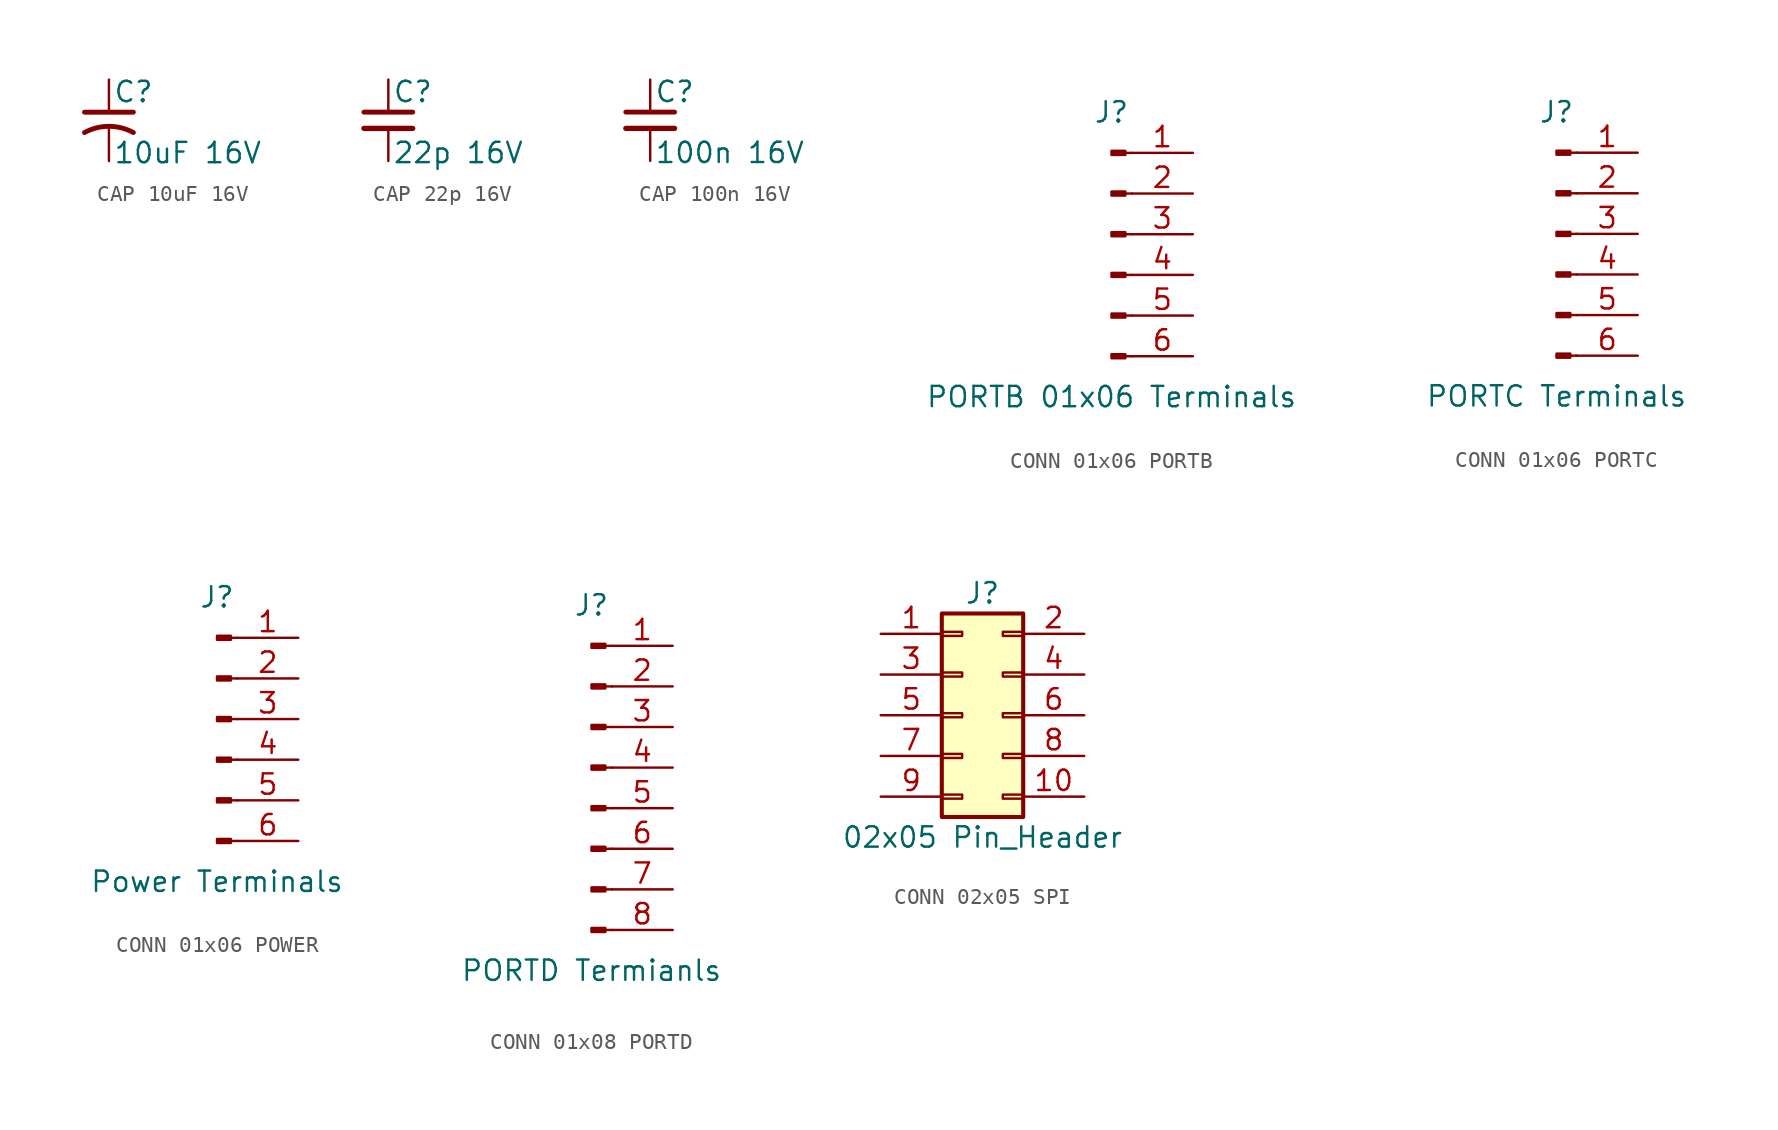
<source format=kicad_sym>
(kicad_symbol_lib
  (version 20241209)
  (generator "kicad_symbol_editor")
  (generator_version "9.0")
  (symbol "CAP 10uF 16V"
    (pin_numbers
      (hide yes))
    (pin_names
      (offset 0.254)
      (hide yes))
    (property "Reference" "C"
      (at 0.254 1.778 0)
      (effects (font (size 1.27 1.27)) (justify left)))
    (property "Value" "10uF 16V"
      (at 0.254 -2.032 0)
      (effects (font (size 1.27 1.27)) (justify left)))
    (symbol "CAP 10uF 16V_0_1"
      (polyline (pts (xy -1.524 0.508) (xy 1.524 0.508)) (stroke (width 0.305) (type default)) (fill (type none)))
      (arc (start -1.524 -0.762) (mid 0 -0.3734) (end 1.524 -0.762) (stroke (width 0.3048) (type default)) (fill (type none))))
    (symbol "CAP 10uF 16V_1_1"
      (pin passive line (at 0 2.54 270) (length 2.032) (name "~" (effects (font (size 1.27 1.27)))) (number "1" (effects (font (size 1.27 1.27)))))
      (pin passive line (at 0 -2.54 90) (length 2.032) (name "~" (effects (font (size 1.27 1.27)))) (number "2" (effects (font (size 1.27 1.27)))))))
  (symbol "CAP 22p 16V"
    (pin_numbers
      (hide yes))
    (pin_names
      (offset 0.254)
      (hide yes))
    (property "Reference" "C"
      (at 0.254 1.778 0)
      (effects (font (size 1.27 1.27)) (justify left)))
    (property "Value" "22p 16V"
      (at 0.254 -2.032 0)
      (effects (font (size 1.27 1.27)) (justify left)))
    (symbol "CAP 22p 16V_0_1"
      (polyline (pts (xy -1.524 0.508) (xy 1.524 0.508)) (stroke (width 0.305) (type default)) (fill (type none)))
      (polyline (pts (xy -1.524 -0.508) (xy 1.524 -0.508)) (stroke (width 0.33) (type default)) (fill (type none))))
    (symbol "CAP 22p 16V_1_1"
      (pin passive line (at 0 2.54 270) (length 2.032) (name "~" (effects (font (size 1.27 1.27)))) (number "1" (effects (font (size 1.27 1.27)))))
      (pin passive line (at 0 -2.54 90) (length 2.032) (name "~" (effects (font (size 1.27 1.27)))) (number "2" (effects (font (size 1.27 1.27)))))))
  (symbol "CAP 100n 16V"
    (pin_numbers
      (hide yes))
    (pin_names
      (offset 0.254)
      (hide yes))
    (property "Reference" "C"
      (at 0.254 1.778 0)
      (effects (font (size 1.27 1.27)) (justify left)))
    (property "Value" "100n 16V"
      (at 0.254 -2.032 0)
      (effects (font (size 1.27 1.27)) (justify left)))
    (symbol "CAP 100n 16V_0_1"
      (polyline (pts (xy -1.524 0.508) (xy 1.524 0.508)) (stroke (width 0.305) (type default)) (fill (type none)))
      (polyline (pts (xy -1.524 -0.508) (xy 1.524 -0.508)) (stroke (width 0.33) (type default)) (fill (type none))))
    (symbol "CAP 100n 16V_1_1"
      (pin passive line (at 0 2.54 270) (length 2.032) (name "~" (effects (font (size 1.27 1.27)))) (number "1" (effects (font (size 1.27 1.27)))))
      (pin passive line (at 0 -2.54 90) (length 2.032) (name "~" (effects (font (size 1.27 1.27)))) (number "2" (effects (font (size 1.27 1.27)))))))
  (symbol "CONN 01x06 PORTB"
    (pin_names
      (offset 1.016)
      (hide yes))
    (property "Reference" "J"
      (at 0 7.62 0)
      (effects (font (size 1.27 1.27))))
    (property "Value" "PORTB 01x06 Terminals"
      (at 0 -10.16 0)
      (effects (font (size 1.27 1.27))))
    (symbol "CONN 01x06 PORTB_1_1"
      (rectangle (start 0.864 5.207) (end 0 4.953) (stroke (width 0.152) (type default)) (fill (type outline)))
      (rectangle (start 0.864 2.667) (end 0 2.413) (stroke (width 0.152) (type default)) (fill (type outline)))
      (rectangle (start 0.864 0.127) (end 0 -0.127) (stroke (width 0.152) (type default)) (fill (type outline)))
      (rectangle (start 0.864 -2.413) (end 0 -2.667) (stroke (width 0.152) (type default)) (fill (type outline)))
      (rectangle (start 0.864 -4.953) (end 0 -5.207) (stroke (width 0.152) (type default)) (fill (type outline)))
      (rectangle (start 0.864 -7.493) (end 0 -7.747) (stroke (width 0.152) (type default)) (fill (type outline)))
      (polyline (pts (xy 1.27 5.08) (xy 0.864 5.08)) (stroke (width 0.152) (type default)) (fill (type none)))
      (polyline (pts (xy 1.27 2.54) (xy 0.864 2.54)) (stroke (width 0.152) (type default)) (fill (type none)))
      (polyline (pts (xy 1.27 0) (xy 0.864 0)) (stroke (width 0.152) (type default)) (fill (type none)))
      (polyline (pts (xy 1.27 -2.54) (xy 0.864 -2.54)) (stroke (width 0.152) (type default)) (fill (type none)))
      (polyline (pts (xy 1.27 -5.08) (xy 0.864 -5.08)) (stroke (width 0.152) (type default)) (fill (type none)))
      (polyline (pts (xy 1.27 -7.62) (xy 0.864 -7.62)) (stroke (width 0.152) (type default)) (fill (type none)))
      (pin passive line (at 5.08 5.08 180) (length 3.81) (name "Pin_1" (effects (font (size 1.27 1.27)))) (number "1" (effects (font (size 1.27 1.27)))))
      (pin passive line (at 5.08 2.54 180) (length 3.81) (name "Pin_2" (effects (font (size 1.27 1.27)))) (number "2" (effects (font (size 1.27 1.27)))))
      (pin passive line (at 5.08 0 180) (length 3.81) (name "Pin_3" (effects (font (size 1.27 1.27)))) (number "3" (effects (font (size 1.27 1.27)))))
      (pin passive line (at 5.08 -2.54 180) (length 3.81) (name "Pin_4" (effects (font (size 1.27 1.27)))) (number "4" (effects (font (size 1.27 1.27)))))
      (pin passive line (at 5.08 -5.08 180) (length 3.81) (name "Pin_5" (effects (font (size 1.27 1.27)))) (number "5" (effects (font (size 1.27 1.27)))))
      (pin passive line (at 5.08 -7.62 180) (length 3.81) (name "Pin_6" (effects (font (size 1.27 1.27)))) (number "6" (effects (font (size 1.27 1.27)))))))
  (symbol "CONN 01x06 PORTC"
    (pin_names
      (offset 1.016)
      (hide yes))
    (property "Reference" "J"
      (at 0 7.62 0)
      (effects (font (size 1.27 1.27))))
    (property "Value" "PORTC Terminals"
      (at 0 -10.16 0)
      (effects (font (size 1.27 1.27))))
    (symbol "CONN 01x06 PORTC_1_1"
      (rectangle (start 0.864 5.207) (end 0 4.953) (stroke (width 0.152) (type default)) (fill (type outline)))
      (rectangle (start 0.864 2.667) (end 0 2.413) (stroke (width 0.152) (type default)) (fill (type outline)))
      (rectangle (start 0.864 0.127) (end 0 -0.127) (stroke (width 0.152) (type default)) (fill (type outline)))
      (rectangle (start 0.864 -2.413) (end 0 -2.667) (stroke (width 0.152) (type default)) (fill (type outline)))
      (rectangle (start 0.864 -4.953) (end 0 -5.207) (stroke (width 0.152) (type default)) (fill (type outline)))
      (rectangle (start 0.864 -7.493) (end 0 -7.747) (stroke (width 0.152) (type default)) (fill (type outline)))
      (polyline (pts (xy 1.27 5.08) (xy 0.864 5.08)) (stroke (width 0.152) (type default)) (fill (type none)))
      (polyline (pts (xy 1.27 2.54) (xy 0.864 2.54)) (stroke (width 0.152) (type default)) (fill (type none)))
      (polyline (pts (xy 1.27 0) (xy 0.864 0)) (stroke (width 0.152) (type default)) (fill (type none)))
      (polyline (pts (xy 1.27 -2.54) (xy 0.864 -2.54)) (stroke (width 0.152) (type default)) (fill (type none)))
      (polyline (pts (xy 1.27 -5.08) (xy 0.864 -5.08)) (stroke (width 0.152) (type default)) (fill (type none)))
      (polyline (pts (xy 1.27 -7.62) (xy 0.864 -7.62)) (stroke (width 0.152) (type default)) (fill (type none)))
      (pin passive line (at 5.08 5.08 180) (length 3.81) (name "Pin_1" (effects (font (size 1.27 1.27)))) (number "1" (effects (font (size 1.27 1.27)))))
      (pin passive line (at 5.08 2.54 180) (length 3.81) (name "Pin_2" (effects (font (size 1.27 1.27)))) (number "2" (effects (font (size 1.27 1.27)))))
      (pin passive line (at 5.08 0 180) (length 3.81) (name "Pin_3" (effects (font (size 1.27 1.27)))) (number "3" (effects (font (size 1.27 1.27)))))
      (pin passive line (at 5.08 -2.54 180) (length 3.81) (name "Pin_4" (effects (font (size 1.27 1.27)))) (number "4" (effects (font (size 1.27 1.27)))))
      (pin passive line (at 5.08 -5.08 180) (length 3.81) (name "Pin_5" (effects (font (size 1.27 1.27)))) (number "5" (effects (font (size 1.27 1.27)))))
      (pin passive line (at 5.08 -7.62 180) (length 3.81) (name "Pin_6" (effects (font (size 1.27 1.27)))) (number "6" (effects (font (size 1.27 1.27)))))))
  (symbol "CONN 01x06 POWER"
    (pin_names
      (offset 1.016)
      (hide yes))
    (property "Reference" "J"
      (at 0 7.62 0)
      (effects (font (size 1.27 1.27))))
    (property "Value" "Power Terminals"
      (at 0 -10.16 0)
      (effects (font (size 1.27 1.27))))
    (symbol "CONN 01x06 POWER_1_1"
      (rectangle (start 0.864 5.207) (end 0 4.953) (stroke (width 0.152) (type default)) (fill (type outline)))
      (rectangle (start 0.864 2.667) (end 0 2.413) (stroke (width 0.152) (type default)) (fill (type outline)))
      (rectangle (start 0.864 0.127) (end 0 -0.127) (stroke (width 0.152) (type default)) (fill (type outline)))
      (rectangle (start 0.864 -2.413) (end 0 -2.667) (stroke (width 0.152) (type default)) (fill (type outline)))
      (rectangle (start 0.864 -4.953) (end 0 -5.207) (stroke (width 0.152) (type default)) (fill (type outline)))
      (rectangle (start 0.864 -7.493) (end 0 -7.747) (stroke (width 0.152) (type default)) (fill (type outline)))
      (polyline (pts (xy 1.27 5.08) (xy 0.864 5.08)) (stroke (width 0.152) (type default)) (fill (type none)))
      (polyline (pts (xy 1.27 2.54) (xy 0.864 2.54)) (stroke (width 0.152) (type default)) (fill (type none)))
      (polyline (pts (xy 1.27 0) (xy 0.864 0)) (stroke (width 0.152) (type default)) (fill (type none)))
      (polyline (pts (xy 1.27 -2.54) (xy 0.864 -2.54)) (stroke (width 0.152) (type default)) (fill (type none)))
      (polyline (pts (xy 1.27 -5.08) (xy 0.864 -5.08)) (stroke (width 0.152) (type default)) (fill (type none)))
      (polyline (pts (xy 1.27 -7.62) (xy 0.864 -7.62)) (stroke (width 0.152) (type default)) (fill (type none)))
      (pin passive line (at 5.08 5.08 180) (length 3.81) (name "Pin_1" (effects (font (size 1.27 1.27)))) (number "1" (effects (font (size 1.27 1.27)))))
      (pin passive line (at 5.08 2.54 180) (length 3.81) (name "Pin_2" (effects (font (size 1.27 1.27)))) (number "2" (effects (font (size 1.27 1.27)))))
      (pin passive line (at 5.08 0 180) (length 3.81) (name "Pin_3" (effects (font (size 1.27 1.27)))) (number "3" (effects (font (size 1.27 1.27)))))
      (pin passive line (at 5.08 -2.54 180) (length 3.81) (name "Pin_4" (effects (font (size 1.27 1.27)))) (number "4" (effects (font (size 1.27 1.27)))))
      (pin passive line (at 5.08 -5.08 180) (length 3.81) (name "Pin_5" (effects (font (size 1.27 1.27)))) (number "5" (effects (font (size 1.27 1.27)))))
      (pin passive line (at 5.08 -7.62 180) (length 3.81) (name "Pin_6" (effects (font (size 1.27 1.27)))) (number "6" (effects (font (size 1.27 1.27)))))))
  (symbol "CONN 01x08 PORTD"
    (pin_names
      (offset 1.016)
      (hide yes))
    (property "Reference" "J"
      (at 0 10.16 0)
      (effects (font (size 1.27 1.27))))
    (property "Value" "PORTD Termianls"
      (at 0 -12.7 0)
      (effects (font (size 1.27 1.27))))
    (symbol "CONN 01x08 PORTD_1_1"
      (rectangle (start 0.864 7.747) (end 0 7.493) (stroke (width 0.152) (type default)) (fill (type outline)))
      (rectangle (start 0.864 5.207) (end 0 4.953) (stroke (width 0.152) (type default)) (fill (type outline)))
      (rectangle (start 0.864 2.667) (end 0 2.413) (stroke (width 0.152) (type default)) (fill (type outline)))
      (rectangle (start 0.864 0.127) (end 0 -0.127) (stroke (width 0.152) (type default)) (fill (type outline)))
      (rectangle (start 0.864 -2.413) (end 0 -2.667) (stroke (width 0.152) (type default)) (fill (type outline)))
      (rectangle (start 0.864 -4.953) (end 0 -5.207) (stroke (width 0.152) (type default)) (fill (type outline)))
      (rectangle (start 0.864 -7.493) (end 0 -7.747) (stroke (width 0.152) (type default)) (fill (type outline)))
      (rectangle (start 0.864 -10.033) (end 0 -10.287) (stroke (width 0.152) (type default)) (fill (type outline)))
      (polyline (pts (xy 1.27 7.62) (xy 0.864 7.62)) (stroke (width 0.152) (type default)) (fill (type none)))
      (polyline (pts (xy 1.27 5.08) (xy 0.864 5.08)) (stroke (width 0.152) (type default)) (fill (type none)))
      (polyline (pts (xy 1.27 2.54) (xy 0.864 2.54)) (stroke (width 0.152) (type default)) (fill (type none)))
      (polyline (pts (xy 1.27 0) (xy 0.864 0)) (stroke (width 0.152) (type default)) (fill (type none)))
      (polyline (pts (xy 1.27 -2.54) (xy 0.864 -2.54)) (stroke (width 0.152) (type default)) (fill (type none)))
      (polyline (pts (xy 1.27 -5.08) (xy 0.864 -5.08)) (stroke (width 0.152) (type default)) (fill (type none)))
      (polyline (pts (xy 1.27 -7.62) (xy 0.864 -7.62)) (stroke (width 0.152) (type default)) (fill (type none)))
      (polyline (pts (xy 1.27 -10.16) (xy 0.864 -10.16)) (stroke (width 0.152) (type default)) (fill (type none)))
      (pin passive line (at 5.08 7.62 180) (length 3.81) (name "Pin_1" (effects (font (size 1.27 1.27)))) (number "1" (effects (font (size 1.27 1.27)))))
      (pin passive line (at 5.08 5.08 180) (length 3.81) (name "Pin_2" (effects (font (size 1.27 1.27)))) (number "2" (effects (font (size 1.27 1.27)))))
      (pin passive line (at 5.08 2.54 180) (length 3.81) (name "Pin_3" (effects (font (size 1.27 1.27)))) (number "3" (effects (font (size 1.27 1.27)))))
      (pin passive line (at 5.08 0 180) (length 3.81) (name "Pin_4" (effects (font (size 1.27 1.27)))) (number "4" (effects (font (size 1.27 1.27)))))
      (pin passive line (at 5.08 -2.54 180) (length 3.81) (name "Pin_5" (effects (font (size 1.27 1.27)))) (number "5" (effects (font (size 1.27 1.27)))))
      (pin passive line (at 5.08 -5.08 180) (length 3.81) (name "Pin_6" (effects (font (size 1.27 1.27)))) (number "6" (effects (font (size 1.27 1.27)))))
      (pin passive line (at 5.08 -7.62 180) (length 3.81) (name "Pin_7" (effects (font (size 1.27 1.27)))) (number "7" (effects (font (size 1.27 1.27)))))
      (pin passive line (at 5.08 -10.16 180) (length 3.81) (name "Pin_8" (effects (font (size 1.27 1.27)))) (number "8" (effects (font (size 1.27 1.27)))))))
  (symbol "CONN 02x05 SPI"
    (pin_names
      (offset 1.016)
      (hide yes))
    (property "Reference" "J"
      (at 1.27 7.62 0)
      (effects (font (size 1.27 1.27))))
    (property "Value" "02x05 Pin_Header"
      (at 1.27 -7.62 0)
      (effects (font (size 1.27 1.27))))
    (symbol "CONN 02x05 SPI_1_1"
      (rectangle (start -1.27 6.35) (end 3.81 -6.35) (stroke (width 0.254) (type default)) (fill (type background)))
      (rectangle (start -1.27 5.207) (end 0 4.953) (stroke (width 0.152) (type default)) (fill (type none)))
      (rectangle (start -1.27 2.667) (end 0 2.413) (stroke (width 0.152) (type default)) (fill (type none)))
      (rectangle (start -1.27 0.127) (end 0 -0.127) (stroke (width 0.152) (type default)) (fill (type none)))
      (rectangle (start -1.27 -2.413) (end 0 -2.667) (stroke (width 0.152) (type default)) (fill (type none)))
      (rectangle (start -1.27 -4.953) (end 0 -5.207) (stroke (width 0.152) (type default)) (fill (type none)))
      (rectangle (start 3.81 5.207) (end 2.54 4.953) (stroke (width 0.152) (type default)) (fill (type none)))
      (rectangle (start 3.81 2.667) (end 2.54 2.413) (stroke (width 0.152) (type default)) (fill (type none)))
      (rectangle (start 3.81 0.127) (end 2.54 -0.127) (stroke (width 0.152) (type default)) (fill (type none)))
      (rectangle (start 3.81 -2.413) (end 2.54 -2.667) (stroke (width 0.152) (type default)) (fill (type none)))
      (rectangle (start 3.81 -4.953) (end 2.54 -5.207) (stroke (width 0.152) (type default)) (fill (type none)))
      (pin passive line (at -5.08 5.08 0) (length 3.81) (name "Pin_1" (effects (font (size 1.27 1.27)))) (number "1" (effects (font (size 1.27 1.27)))))
      (pin passive line (at -5.08 2.54 0) (length 3.81) (name "Pin_3" (effects (font (size 1.27 1.27)))) (number "3" (effects (font (size 1.27 1.27)))))
      (pin passive line (at -5.08 0 0) (length 3.81) (name "Pin_5" (effects (font (size 1.27 1.27)))) (number "5" (effects (font (size 1.27 1.27)))))
      (pin passive line (at -5.08 -2.54 0) (length 3.81) (name "Pin_7" (effects (font (size 1.27 1.27)))) (number "7" (effects (font (size 1.27 1.27)))))
      (pin passive line (at -5.08 -5.08 0) (length 3.81) (name "Pin_9" (effects (font (size 1.27 1.27)))) (number "9" (effects (font (size 1.27 1.27)))))
      (pin passive line (at 7.62 5.08 180) (length 3.81) (name "Pin_2" (effects (font (size 1.27 1.27)))) (number "2" (effects (font (size 1.27 1.27)))))
      (pin passive line (at 7.62 2.54 180) (length 3.81) (name "Pin_4" (effects (font (size 1.27 1.27)))) (number "4" (effects (font (size 1.27 1.27)))))
      (pin passive line (at 7.62 0 180) (length 3.81) (name "Pin_6" (effects (font (size 1.27 1.27)))) (number "6" (effects (font (size 1.27 1.27)))))
      (pin passive line (at 7.62 -2.54 180) (length 3.81) (name "Pin_8" (effects (font (size 1.27 1.27)))) (number "8" (effects (font (size 1.27 1.27)))))
      (pin passive line (at 7.62 -5.08 180) (length 3.81) (name "Pin_10" (effects (font (size 1.27 1.27)))) (number "10" (effects (font (size 1.27 1.27))))))))
</source>
